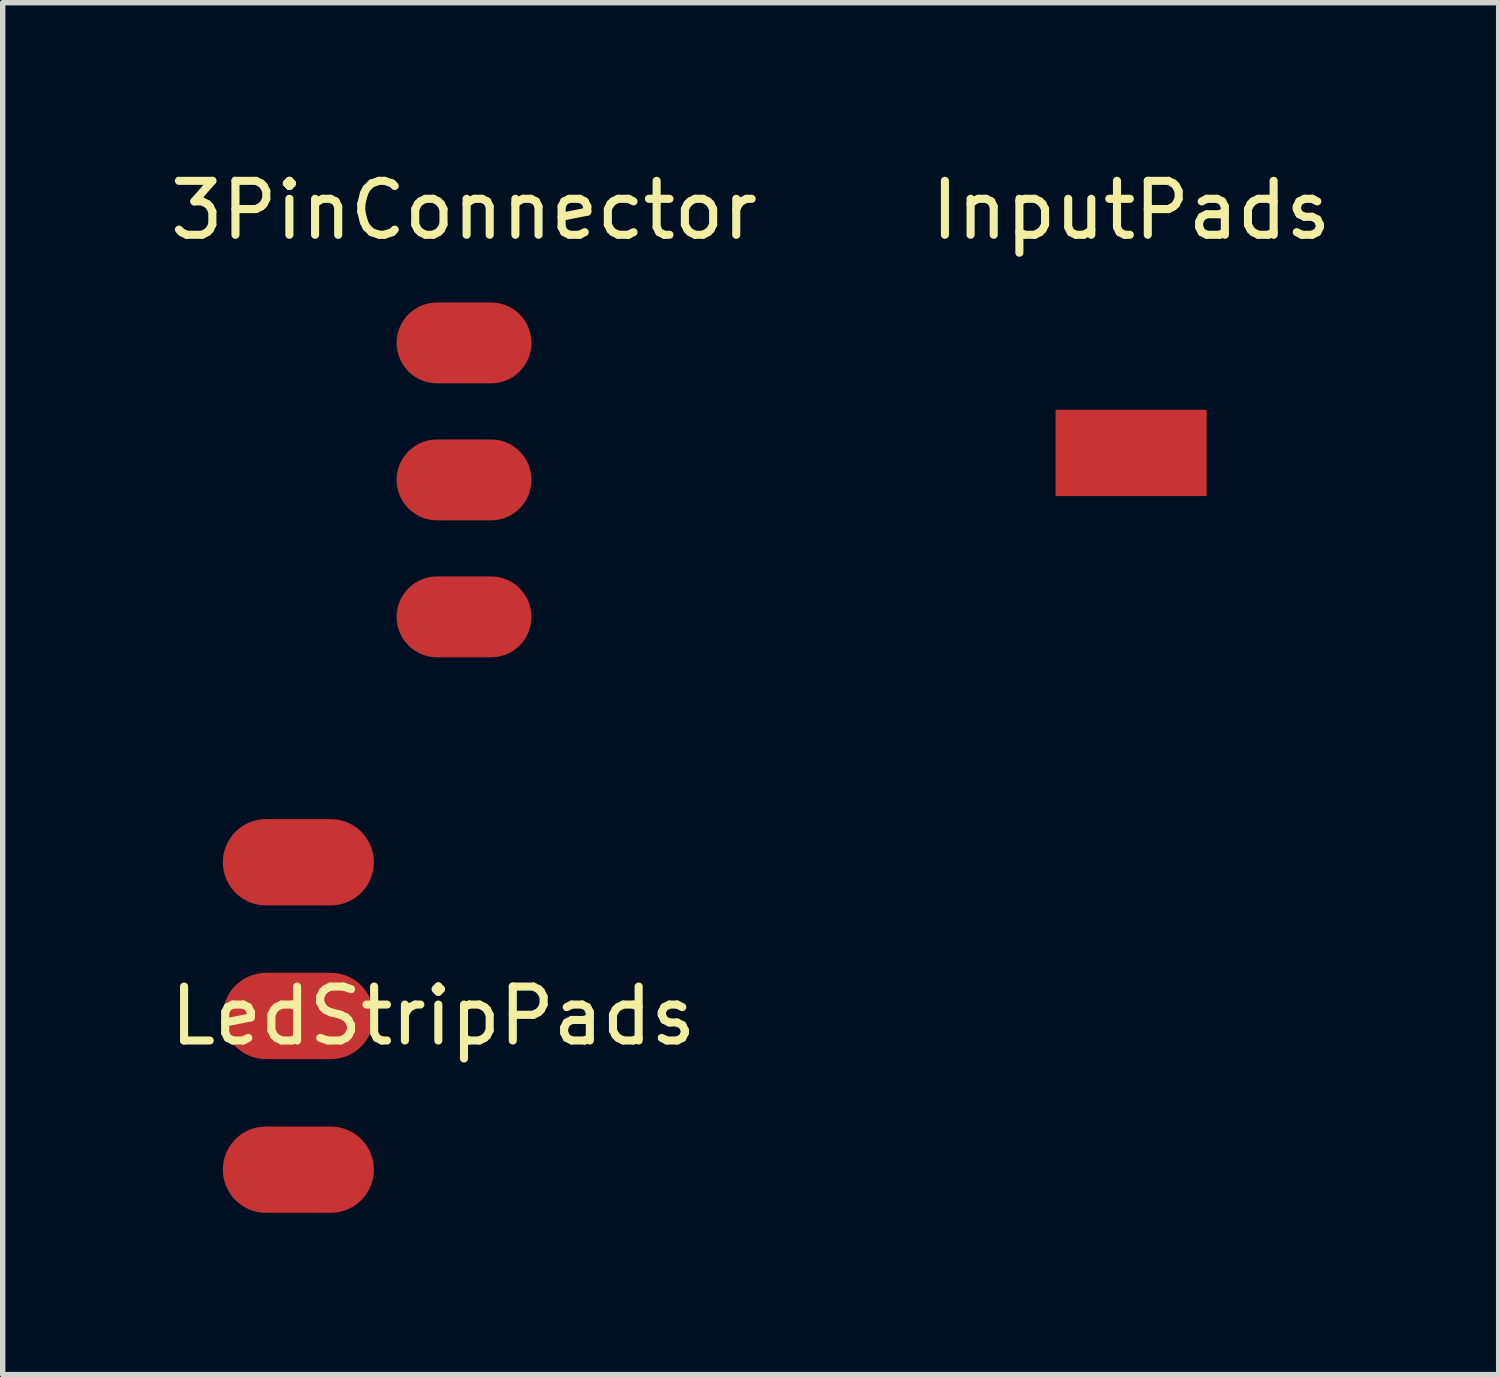
<source format=kicad_pcb>
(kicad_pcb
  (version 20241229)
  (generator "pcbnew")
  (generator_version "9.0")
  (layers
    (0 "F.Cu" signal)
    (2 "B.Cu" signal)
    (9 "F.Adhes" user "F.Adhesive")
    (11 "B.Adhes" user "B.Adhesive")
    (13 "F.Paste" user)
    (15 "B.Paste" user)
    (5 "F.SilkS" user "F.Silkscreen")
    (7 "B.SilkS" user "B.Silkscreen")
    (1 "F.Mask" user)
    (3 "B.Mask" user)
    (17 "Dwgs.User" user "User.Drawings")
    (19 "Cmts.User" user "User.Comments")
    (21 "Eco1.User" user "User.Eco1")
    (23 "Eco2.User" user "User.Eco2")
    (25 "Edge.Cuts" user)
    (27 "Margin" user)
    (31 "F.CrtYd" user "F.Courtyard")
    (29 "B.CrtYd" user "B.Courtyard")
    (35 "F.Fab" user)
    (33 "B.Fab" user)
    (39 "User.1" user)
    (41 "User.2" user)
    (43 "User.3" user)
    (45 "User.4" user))
  (footprint "LedStripPads"
    (layer "F.Cu")
    (at 2.482 15.788)
    (property "Reference" "LedStripPads" (at 2.5 0 0) (layer "F.SilkS") (effects (font (size 1 1) (thickness 0.15))))
    (attr through_hole)
    (pad "1" smd oval (at 0 -2.85) (size 2.8 1.6) (layers "F.Cu" "F.Mask" "F.Paste"))
    (pad "2" smd oval (at 0 0) (size 2.8 1.6) (layers "F.Cu" "F.Mask" "F.Paste"))
    (pad "3" smd oval (at 0 2.85) (size 2.8 1.6) (layers "F.Cu" "F.Mask" "F.Paste")))
  (footprint "3PinConnector"
    (layer "F.Cu")
    (at 5.554 5.848)
    (property "Reference" "3PinConnector" (at 0 -5 0) (layer "F.SilkS") (effects (font (size 1 1) (thickness 0.15))))
    (attr through_hole)
    (pad "1" smd oval (at 0 -2.54) (size 2.5 1.5) (layers "F.Cu" "F.Mask" "F.Paste"))
    (pad "2" smd oval (at 0 0) (size 2.5 1.5) (layers "F.Cu" "F.Mask" "F.Paste"))
    (pad "3" smd oval (at 0 2.54) (size 2.5 1.5) (layers "F.Cu" "F.Mask" "F.Paste")))
  (footprint "InputPads"
    (layer "F.Cu")
    (at 17.923 5.348)
    (property "Reference" "InputPads" (at 0 -4.5 0) (layer "F.SilkS") (effects (font (size 1 1) (thickness 0.15))))
    (attr through_hole)
    (pad "1" smd rect (at 0 0) (size 2.8 1.6) (layers "F.Cu" "F.Mask" "F.Paste")))
  (gr_rect
    (start -3 -3)
    (end 24.738 22.438)
    (stroke (width 0.1) (type default))
    (fill no)
    (layer "Edge.Cuts")))
</source>
